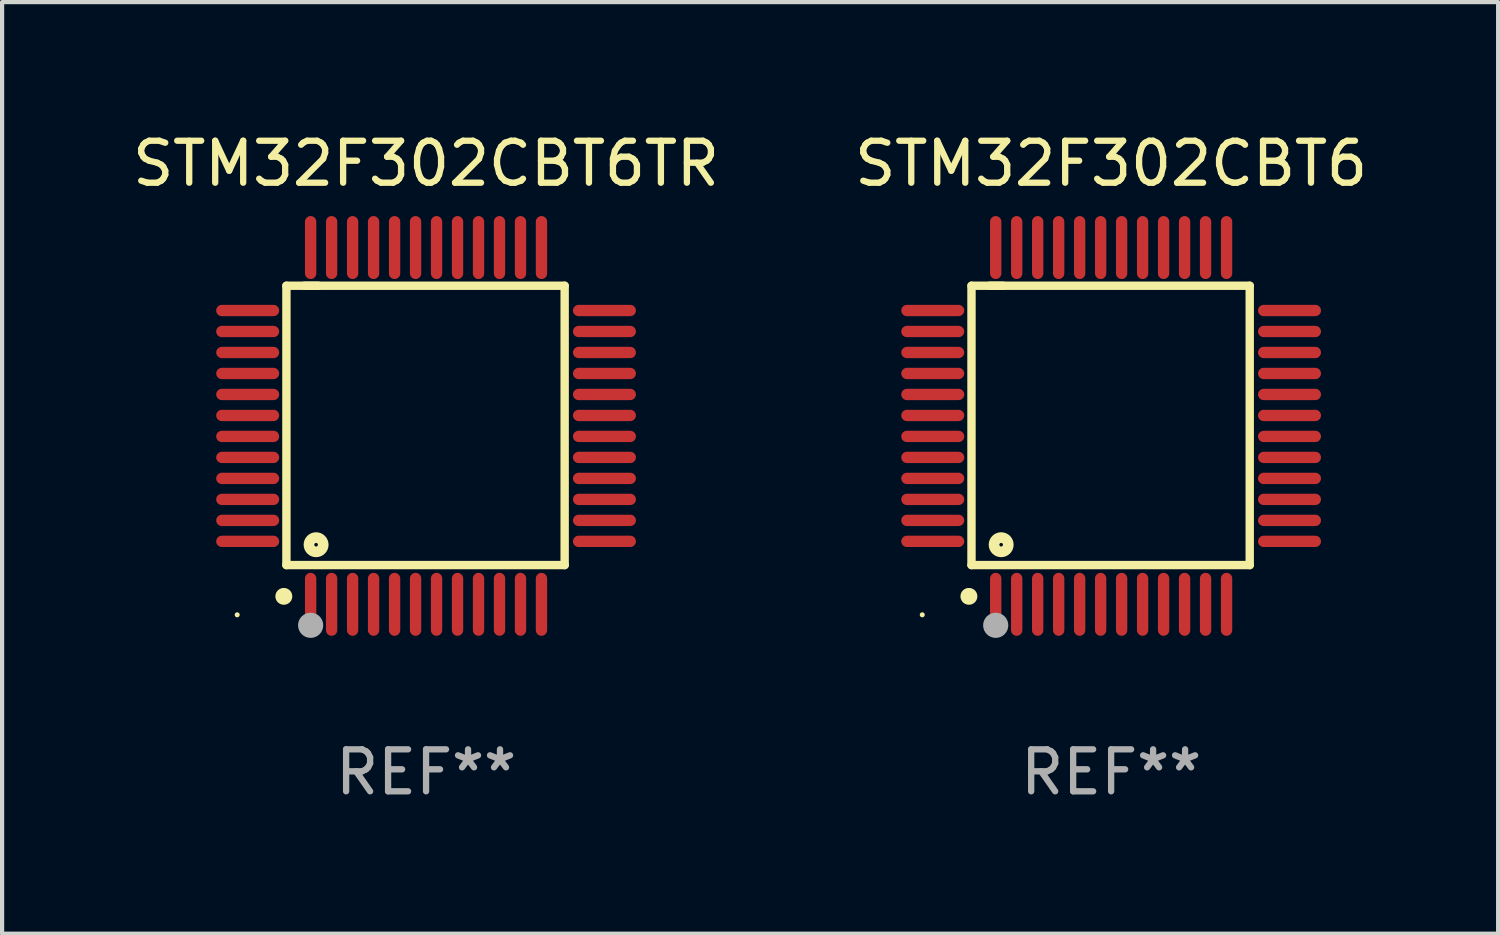
<source format=kicad_pcb>
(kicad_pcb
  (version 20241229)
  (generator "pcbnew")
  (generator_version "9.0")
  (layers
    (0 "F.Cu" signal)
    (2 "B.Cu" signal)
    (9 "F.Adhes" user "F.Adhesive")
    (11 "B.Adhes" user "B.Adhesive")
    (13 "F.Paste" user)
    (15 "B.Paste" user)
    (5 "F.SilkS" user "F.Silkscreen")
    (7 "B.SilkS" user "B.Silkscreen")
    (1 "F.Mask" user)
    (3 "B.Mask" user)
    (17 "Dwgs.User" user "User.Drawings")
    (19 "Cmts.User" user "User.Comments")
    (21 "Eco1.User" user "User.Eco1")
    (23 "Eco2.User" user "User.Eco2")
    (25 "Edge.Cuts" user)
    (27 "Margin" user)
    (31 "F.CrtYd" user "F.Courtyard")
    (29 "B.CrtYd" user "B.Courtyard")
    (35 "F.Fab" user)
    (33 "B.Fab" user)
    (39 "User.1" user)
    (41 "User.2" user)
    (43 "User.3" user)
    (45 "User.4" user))
  (footprint "STM32F302CBT6"
    (layer "F.Cu")
    (at 23.423 7.098)
    (property "Reference" "STM32F302CBT6" (at 0 -6.25 0) (layer "F.SilkS") (effects (font (size 1 1) (thickness 0.15))))
    (attr through_hole)
    (fp_line (start -3.327 -3.34) (end -2.565 -3.34) (stroke (width 0.2) (type solid)) (layer "F.SilkS"))
    (fp_line (start -3.327 3.315) (end -3.327 -3.34) (stroke (width 0.2) (type solid)) (layer "F.SilkS"))
    (fp_line (start -2.896 -3.34) (end 3.302 -3.34) (stroke (width 0.2) (type solid)) (layer "F.SilkS"))
    (fp_line (start 3.302 -3.34) (end 3.302 3.315) (stroke (width 0.2) (type solid)) (layer "F.SilkS"))
    (fp_line (start 3.302 3.315) (end -3.327 3.315) (stroke (width 0.2) (type solid)) (layer "F.SilkS"))
    (fp_arc (start -3.389992 4.059995) (mid -3.388722 4.059991) (end -3.387452 4.059995) (stroke (width 0.4) (type solid)) (layer "F.SilkS"))
    (fp_circle (center -4.5 4.5) (end -4.47 4.5) (stroke (width 0.06) (type solid)) (fill no) (layer "F.SilkS"))
    (fp_circle (center -2.62 2.83) (end -2.45 2.83) (stroke (width 0.254) (type solid)) (fill no) (layer "F.SilkS"))
    (fp_circle (center -2.75 4.75) (end -2.6 4.75) (stroke (width 0.3) (type solid)) (fill no) (layer "F.Fab"))
    (fp_text user "REF**" (at 0 8.25 0) (layer "F.Fab") (effects (font (size 1 1) (thickness 0.15))))
    (pad "1" smd oval (at -2.75 4.25) (size 0.27 1.5) (layers "F.Cu" "F.Mask" "F.Paste"))
    (pad "2" smd oval (at -2.25 4.25) (size 0.27 1.5) (layers "F.Cu" "F.Mask" "F.Paste"))
    (pad "3" smd oval (at -1.75 4.25) (size 0.27 1.5) (layers "F.Cu" "F.Mask" "F.Paste"))
    (pad "4" smd oval (at -1.25 4.25) (size 0.27 1.5) (layers "F.Cu" "F.Mask" "F.Paste"))
    (pad "5" smd oval (at -0.75 4.25) (size 0.27 1.5) (layers "F.Cu" "F.Mask" "F.Paste"))
    (pad "6" smd oval (at -0.25 4.25) (size 0.27 1.5) (layers "F.Cu" "F.Mask" "F.Paste"))
    (pad "7" smd oval (at 0.25 4.25) (size 0.27 1.5) (layers "F.Cu" "F.Mask" "F.Paste"))
    (pad "8" smd oval (at 0.75 4.25) (size 0.27 1.5) (layers "F.Cu" "F.Mask" "F.Paste"))
    (pad "9" smd oval (at 1.25 4.25) (size 0.27 1.5) (layers "F.Cu" "F.Mask" "F.Paste"))
    (pad "10" smd oval (at 1.75 4.25) (size 0.27 1.5) (layers "F.Cu" "F.Mask" "F.Paste"))
    (pad "11" smd oval (at 2.25 4.25) (size 0.27 1.5) (layers "F.Cu" "F.Mask" "F.Paste"))
    (pad "12" smd oval (at 2.75 4.25) (size 0.27 1.5) (layers "F.Cu" "F.Mask" "F.Paste"))
    (pad "13" smd oval (at 4.25 2.75) (size 1.5 0.27) (layers "F.Cu" "F.Mask" "F.Paste"))
    (pad "14" smd oval (at 4.25 2.25) (size 1.5 0.27) (layers "F.Cu" "F.Mask" "F.Paste"))
    (pad "15" smd oval (at 4.25 1.75) (size 1.5 0.27) (layers "F.Cu" "F.Mask" "F.Paste"))
    (pad "16" smd oval (at 4.25 1.25) (size 1.5 0.27) (layers "F.Cu" "F.Mask" "F.Paste"))
    (pad "17" smd oval (at 4.25 0.75) (size 1.5 0.27) (layers "F.Cu" "F.Mask" "F.Paste"))
    (pad "18" smd oval (at 4.25 0.25) (size 1.5 0.27) (layers "F.Cu" "F.Mask" "F.Paste"))
    (pad "19" smd oval (at 4.25 -0.25) (size 1.5 0.27) (layers "F.Cu" "F.Mask" "F.Paste"))
    (pad "20" smd oval (at 4.25 -0.75) (size 1.5 0.27) (layers "F.Cu" "F.Mask" "F.Paste"))
    (pad "21" smd oval (at 4.25 -1.25) (size 1.5 0.27) (layers "F.Cu" "F.Mask" "F.Paste"))
    (pad "22" smd oval (at 4.25 -1.75) (size 1.5 0.27) (layers "F.Cu" "F.Mask" "F.Paste"))
    (pad "23" smd oval (at 4.25 -2.25) (size 1.5 0.27) (layers "F.Cu" "F.Mask" "F.Paste"))
    (pad "24" smd oval (at 4.25 -2.75) (size 1.5 0.27) (layers "F.Cu" "F.Mask" "F.Paste"))
    (pad "25" smd oval (at 2.75 -4.25) (size 0.27 1.5) (layers "F.Cu" "F.Mask" "F.Paste"))
    (pad "26" smd oval (at 2.25 -4.25) (size 0.27 1.5) (layers "F.Cu" "F.Mask" "F.Paste"))
    (pad "27" smd oval (at 1.75 -4.25) (size 0.27 1.5) (layers "F.Cu" "F.Mask" "F.Paste"))
    (pad "28" smd oval (at 1.25 -4.25) (size 0.27 1.5) (layers "F.Cu" "F.Mask" "F.Paste"))
    (pad "29" smd oval (at 0.75 -4.25) (size 0.27 1.5) (layers "F.Cu" "F.Mask" "F.Paste"))
    (pad "30" smd oval (at 0.25 -4.25) (size 0.27 1.5) (layers "F.Cu" "F.Mask" "F.Paste"))
    (pad "31" smd oval (at -0.25 -4.25) (size 0.27 1.5) (layers "F.Cu" "F.Mask" "F.Paste"))
    (pad "32" smd oval (at -0.75 -4.25) (size 0.27 1.5) (layers "F.Cu" "F.Mask" "F.Paste"))
    (pad "33" smd oval (at -1.25 -4.25) (size 0.27 1.5) (layers "F.Cu" "F.Mask" "F.Paste"))
    (pad "34" smd oval (at -1.75 -4.25) (size 0.27 1.5) (layers "F.Cu" "F.Mask" "F.Paste"))
    (pad "35" smd oval (at -2.25 -4.25) (size 0.27 1.5) (layers "F.Cu" "F.Mask" "F.Paste"))
    (pad "36" smd oval (at -2.75 -4.25) (size 0.27 1.5) (layers "F.Cu" "F.Mask" "F.Paste"))
    (pad "37" smd oval (at -4.25 -2.75) (size 1.5 0.27) (layers "F.Cu" "F.Mask" "F.Paste"))
    (pad "38" smd oval (at -4.25 -2.25) (size 1.5 0.27) (layers "F.Cu" "F.Mask" "F.Paste"))
    (pad "39" smd oval (at -4.25 -1.75) (size 1.5 0.27) (layers "F.Cu" "F.Mask" "F.Paste"))
    (pad "40" smd oval (at -4.25 -1.25) (size 1.5 0.27) (layers "F.Cu" "F.Mask" "F.Paste"))
    (pad "41" smd oval (at -4.25 -0.75) (size 1.5 0.27) (layers "F.Cu" "F.Mask" "F.Paste"))
    (pad "42" smd oval (at -4.25 -0.25) (size 1.5 0.27) (layers "F.Cu" "F.Mask" "F.Paste"))
    (pad "43" smd oval (at -4.25 0.25) (size 1.5 0.27) (layers "F.Cu" "F.Mask" "F.Paste"))
    (pad "44" smd oval (at -4.25 0.75) (size 1.5 0.27) (layers "F.Cu" "F.Mask" "F.Paste"))
    (pad "45" smd oval (at -4.25 1.25) (size 1.5 0.27) (layers "F.Cu" "F.Mask" "F.Paste"))
    (pad "46" smd oval (at -4.25 1.75) (size 1.5 0.27) (layers "F.Cu" "F.Mask" "F.Paste"))
    (pad "47" smd oval (at -4.25 2.25) (size 1.5 0.27) (layers "F.Cu" "F.Mask" "F.Paste"))
    (pad "48" smd oval (at -4.25 2.75) (size 1.5 0.27) (layers "F.Cu" "F.Mask" "F.Paste")))
  (footprint "STM32F302CBT6TR"
    (layer "F.Cu")
    (at 7.101 7.098)
    (property "Reference" "STM32F302CBT6TR" (at 0 -6.25 0) (layer "F.SilkS") (effects (font (size 1 1) (thickness 0.15))))
    (attr through_hole)
    (fp_line (start -3.327 -3.34) (end -2.565 -3.34) (stroke (width 0.2) (type solid)) (layer "F.SilkS"))
    (fp_line (start -3.327 3.315) (end -3.327 -3.34) (stroke (width 0.2) (type solid)) (layer "F.SilkS"))
    (fp_line (start -2.896 -3.34) (end 3.302 -3.34) (stroke (width 0.2) (type solid)) (layer "F.SilkS"))
    (fp_line (start 3.302 -3.34) (end 3.302 3.315) (stroke (width 0.2) (type solid)) (layer "F.SilkS"))
    (fp_line (start 3.302 3.315) (end -3.327 3.315) (stroke (width 0.2) (type solid)) (layer "F.SilkS"))
    (fp_arc (start -3.389992 4.059995) (mid -3.388722 4.059991) (end -3.387452 4.059995) (stroke (width 0.4) (type solid)) (layer "F.SilkS"))
    (fp_circle (center -4.5 4.5) (end -4.47 4.5) (stroke (width 0.06) (type solid)) (fill no) (layer "F.SilkS"))
    (fp_circle (center -2.62 2.83) (end -2.45 2.83) (stroke (width 0.254) (type solid)) (fill no) (layer "F.SilkS"))
    (fp_circle (center -2.75 4.75) (end -2.6 4.75) (stroke (width 0.3) (type solid)) (fill no) (layer "F.Fab"))
    (fp_text user "REF**" (at 0 8.25 0) (layer "F.Fab") (effects (font (size 1 1) (thickness 0.15))))
    (pad "1" smd oval (at -2.75 4.25) (size 0.27 1.5) (layers "F.Cu" "F.Mask" "F.Paste"))
    (pad "2" smd oval (at -2.25 4.25) (size 0.27 1.5) (layers "F.Cu" "F.Mask" "F.Paste"))
    (pad "3" smd oval (at -1.75 4.25) (size 0.27 1.5) (layers "F.Cu" "F.Mask" "F.Paste"))
    (pad "4" smd oval (at -1.25 4.25) (size 0.27 1.5) (layers "F.Cu" "F.Mask" "F.Paste"))
    (pad "5" smd oval (at -0.75 4.25) (size 0.27 1.5) (layers "F.Cu" "F.Mask" "F.Paste"))
    (pad "6" smd oval (at -0.25 4.25) (size 0.27 1.5) (layers "F.Cu" "F.Mask" "F.Paste"))
    (pad "7" smd oval (at 0.25 4.25) (size 0.27 1.5) (layers "F.Cu" "F.Mask" "F.Paste"))
    (pad "8" smd oval (at 0.75 4.25) (size 0.27 1.5) (layers "F.Cu" "F.Mask" "F.Paste"))
    (pad "9" smd oval (at 1.25 4.25) (size 0.27 1.5) (layers "F.Cu" "F.Mask" "F.Paste"))
    (pad "10" smd oval (at 1.75 4.25) (size 0.27 1.5) (layers "F.Cu" "F.Mask" "F.Paste"))
    (pad "11" smd oval (at 2.25 4.25) (size 0.27 1.5) (layers "F.Cu" "F.Mask" "F.Paste"))
    (pad "12" smd oval (at 2.75 4.25) (size 0.27 1.5) (layers "F.Cu" "F.Mask" "F.Paste"))
    (pad "13" smd oval (at 4.25 2.75) (size 1.5 0.27) (layers "F.Cu" "F.Mask" "F.Paste"))
    (pad "14" smd oval (at 4.25 2.25) (size 1.5 0.27) (layers "F.Cu" "F.Mask" "F.Paste"))
    (pad "15" smd oval (at 4.25 1.75) (size 1.5 0.27) (layers "F.Cu" "F.Mask" "F.Paste"))
    (pad "16" smd oval (at 4.25 1.25) (size 1.5 0.27) (layers "F.Cu" "F.Mask" "F.Paste"))
    (pad "17" smd oval (at 4.25 0.75) (size 1.5 0.27) (layers "F.Cu" "F.Mask" "F.Paste"))
    (pad "18" smd oval (at 4.25 0.25) (size 1.5 0.27) (layers "F.Cu" "F.Mask" "F.Paste"))
    (pad "19" smd oval (at 4.25 -0.25) (size 1.5 0.27) (layers "F.Cu" "F.Mask" "F.Paste"))
    (pad "20" smd oval (at 4.25 -0.75) (size 1.5 0.27) (layers "F.Cu" "F.Mask" "F.Paste"))
    (pad "21" smd oval (at 4.25 -1.25) (size 1.5 0.27) (layers "F.Cu" "F.Mask" "F.Paste"))
    (pad "22" smd oval (at 4.25 -1.75) (size 1.5 0.27) (layers "F.Cu" "F.Mask" "F.Paste"))
    (pad "23" smd oval (at 4.25 -2.25) (size 1.5 0.27) (layers "F.Cu" "F.Mask" "F.Paste"))
    (pad "24" smd oval (at 4.25 -2.75) (size 1.5 0.27) (layers "F.Cu" "F.Mask" "F.Paste"))
    (pad "25" smd oval (at 2.75 -4.25) (size 0.27 1.5) (layers "F.Cu" "F.Mask" "F.Paste"))
    (pad "26" smd oval (at 2.25 -4.25) (size 0.27 1.5) (layers "F.Cu" "F.Mask" "F.Paste"))
    (pad "27" smd oval (at 1.75 -4.25) (size 0.27 1.5) (layers "F.Cu" "F.Mask" "F.Paste"))
    (pad "28" smd oval (at 1.25 -4.25) (size 0.27 1.5) (layers "F.Cu" "F.Mask" "F.Paste"))
    (pad "29" smd oval (at 0.75 -4.25) (size 0.27 1.5) (layers "F.Cu" "F.Mask" "F.Paste"))
    (pad "30" smd oval (at 0.25 -4.25) (size 0.27 1.5) (layers "F.Cu" "F.Mask" "F.Paste"))
    (pad "31" smd oval (at -0.25 -4.25) (size 0.27 1.5) (layers "F.Cu" "F.Mask" "F.Paste"))
    (pad "32" smd oval (at -0.75 -4.25) (size 0.27 1.5) (layers "F.Cu" "F.Mask" "F.Paste"))
    (pad "33" smd oval (at -1.25 -4.25) (size 0.27 1.5) (layers "F.Cu" "F.Mask" "F.Paste"))
    (pad "34" smd oval (at -1.75 -4.25) (size 0.27 1.5) (layers "F.Cu" "F.Mask" "F.Paste"))
    (pad "35" smd oval (at -2.25 -4.25) (size 0.27 1.5) (layers "F.Cu" "F.Mask" "F.Paste"))
    (pad "36" smd oval (at -2.75 -4.25) (size 0.27 1.5) (layers "F.Cu" "F.Mask" "F.Paste"))
    (pad "37" smd oval (at -4.25 -2.75) (size 1.5 0.27) (layers "F.Cu" "F.Mask" "F.Paste"))
    (pad "38" smd oval (at -4.25 -2.25) (size 1.5 0.27) (layers "F.Cu" "F.Mask" "F.Paste"))
    (pad "39" smd oval (at -4.25 -1.75) (size 1.5 0.27) (layers "F.Cu" "F.Mask" "F.Paste"))
    (pad "40" smd oval (at -4.25 -1.25) (size 1.5 0.27) (layers "F.Cu" "F.Mask" "F.Paste"))
    (pad "41" smd oval (at -4.25 -0.75) (size 1.5 0.27) (layers "F.Cu" "F.Mask" "F.Paste"))
    (pad "42" smd oval (at -4.25 -0.25) (size 1.5 0.27) (layers "F.Cu" "F.Mask" "F.Paste"))
    (pad "43" smd oval (at -4.25 0.25) (size 1.5 0.27) (layers "F.Cu" "F.Mask" "F.Paste"))
    (pad "44" smd oval (at -4.25 0.75) (size 1.5 0.27) (layers "F.Cu" "F.Mask" "F.Paste"))
    (pad "45" smd oval (at -4.25 1.25) (size 1.5 0.27) (layers "F.Cu" "F.Mask" "F.Paste"))
    (pad "46" smd oval (at -4.25 1.75) (size 1.5 0.27) (layers "F.Cu" "F.Mask" "F.Paste"))
    (pad "47" smd oval (at -4.25 2.25) (size 1.5 0.27) (layers "F.Cu" "F.Mask" "F.Paste"))
    (pad "48" smd oval (at -4.25 2.75) (size 1.5 0.27) (layers "F.Cu" "F.Mask" "F.Paste")))
  (gr_rect
    (start -3 -3)
    (end 32.643 19.196)
    (stroke (width 0.1) (type default))
    (fill no)
    (layer "Edge.Cuts")))
</source>
